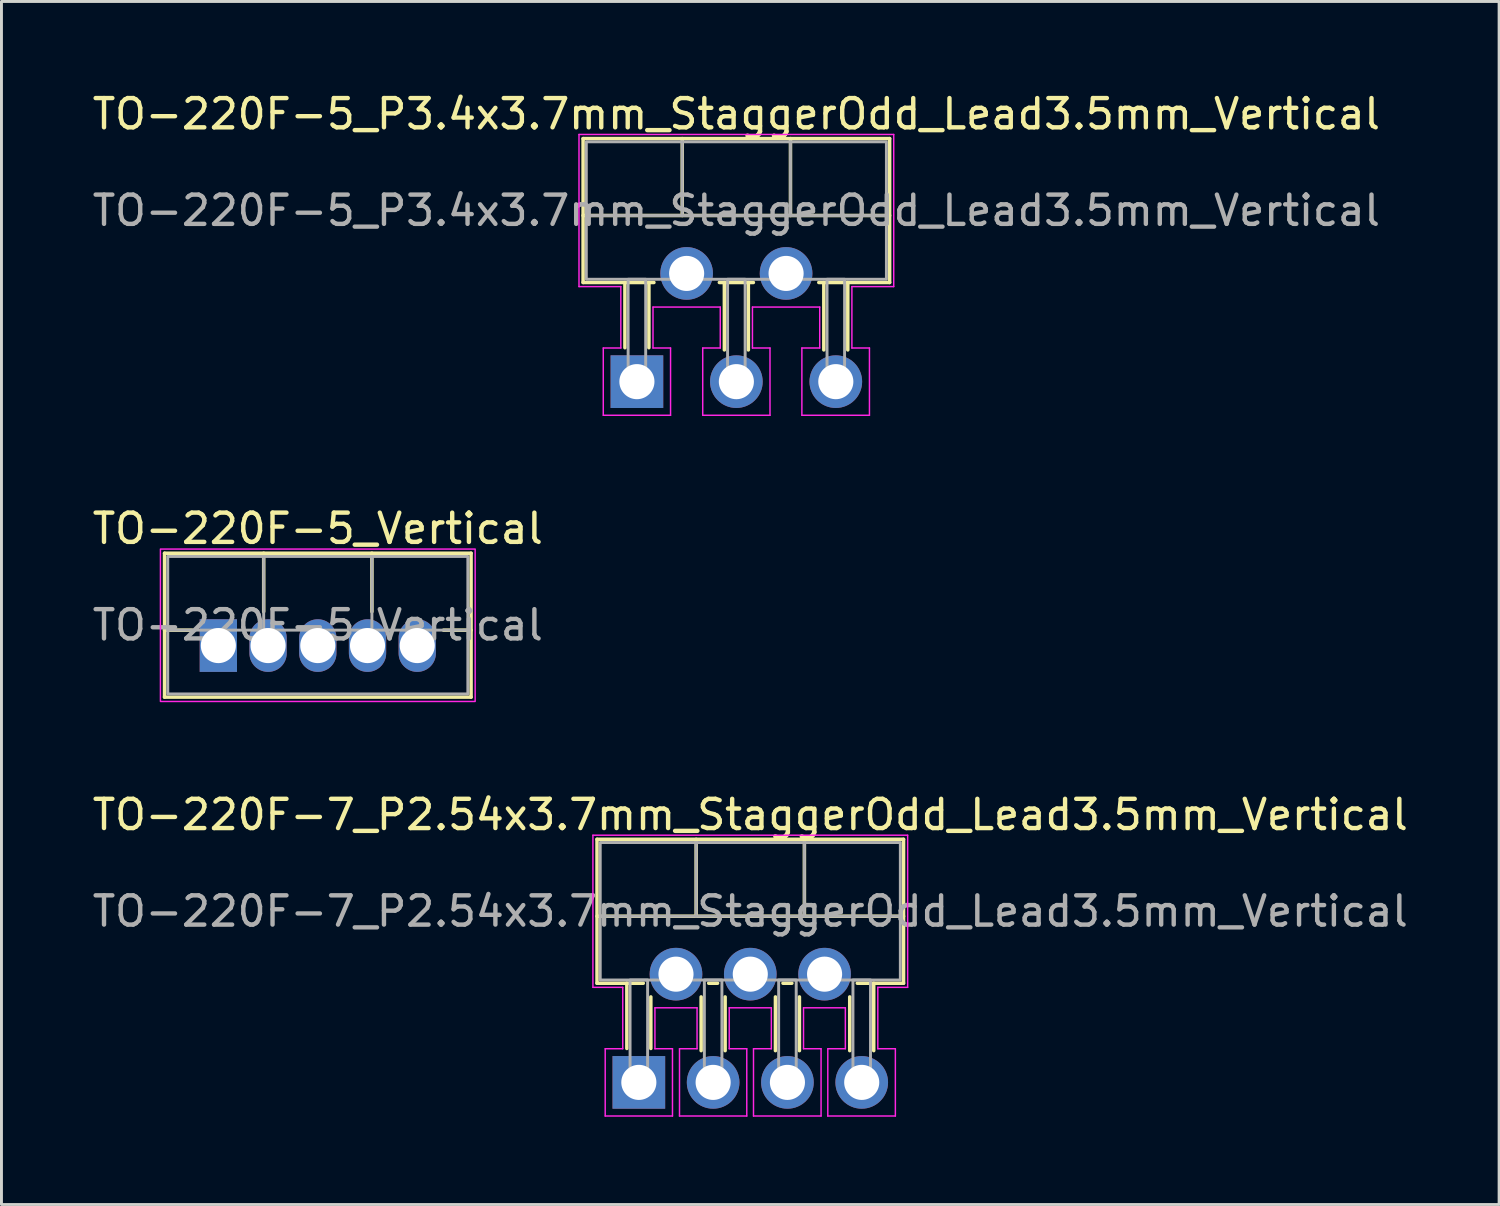
<source format=kicad_pcb>
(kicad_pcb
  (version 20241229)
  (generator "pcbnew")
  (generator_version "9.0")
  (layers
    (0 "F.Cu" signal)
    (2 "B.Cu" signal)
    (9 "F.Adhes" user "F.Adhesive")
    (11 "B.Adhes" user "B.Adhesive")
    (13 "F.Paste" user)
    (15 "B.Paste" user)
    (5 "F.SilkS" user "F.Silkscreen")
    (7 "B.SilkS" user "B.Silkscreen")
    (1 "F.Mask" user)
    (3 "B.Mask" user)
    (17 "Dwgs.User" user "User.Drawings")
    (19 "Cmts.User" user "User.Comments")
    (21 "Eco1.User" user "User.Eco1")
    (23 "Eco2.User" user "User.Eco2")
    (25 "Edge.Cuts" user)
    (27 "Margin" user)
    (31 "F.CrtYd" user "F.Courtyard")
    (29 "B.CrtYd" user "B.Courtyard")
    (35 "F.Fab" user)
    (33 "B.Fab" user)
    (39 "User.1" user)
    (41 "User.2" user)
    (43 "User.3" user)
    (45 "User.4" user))
  (footprint "TO-220F-7_P2.54x3.7mm_StaggerOdd_Lead3.5mm_Vertical"
    (layer "F.Cu")
    (at 18.791 33.955)
    (property "Reference" "TO-220F-7_P2.54x3.7mm_StaggerOdd_Lead3.5mm_Vertical" (at 3.81 -9.15 0) (layer "F.SilkS") (effects (font (size 1 1) (thickness 0.15))))
    (attr through_hole)
    (fp_line (start -1.43 -8.31) (end -1.43 -3.39) (stroke (width 0.12) (type solid)) (layer "F.SilkS"))
    (fp_line (start -1.43 -8.31) (end 9.05 -8.31) (stroke (width 0.12) (type solid)) (layer "F.SilkS"))
    (fp_line (start -1.43 -5.68) (end 9.05 -5.68) (stroke (width 0.12) (type solid)) (layer "F.SilkS"))
    (fp_line (start -1.43 -3.39) (end 0.152 -3.39) (stroke (width 0.12) (type solid)) (layer "F.SilkS"))
    (fp_line (start -0.41 -3.39) (end -0.41 -1.16) (stroke (width 0.12) (type solid)) (layer "F.SilkS"))
    (fp_line (start 0.41 -2.922) (end 0.41 -1.16) (stroke (width 0.12) (type solid)) (layer "F.SilkS"))
    (fp_line (start 1.96 -8.31) (end 1.96 -5.68) (stroke (width 0.12) (type solid)) (layer "F.SilkS"))
    (fp_line (start 2.13 -2.922) (end 2.13 -1.085) (stroke (width 0.12) (type solid)) (layer "F.SilkS"))
    (fp_line (start 2.388 -3.39) (end 2.692 -3.39) (stroke (width 0.12) (type solid)) (layer "F.SilkS"))
    (fp_line (start 2.95 -2.922) (end 2.95 -1.085) (stroke (width 0.12) (type solid)) (layer "F.SilkS"))
    (fp_line (start 4.67 -2.922) (end 4.67 -1.085) (stroke (width 0.12) (type solid)) (layer "F.SilkS"))
    (fp_line (start 4.928 -3.39) (end 5.232 -3.39) (stroke (width 0.12) (type solid)) (layer "F.SilkS"))
    (fp_line (start 5.49 -2.922) (end 5.49 -1.085) (stroke (width 0.12) (type solid)) (layer "F.SilkS"))
    (fp_line (start 5.66 -8.31) (end 5.66 -5.68) (stroke (width 0.12) (type solid)) (layer "F.SilkS"))
    (fp_line (start 7.21 -2.922) (end 7.21 -1.085) (stroke (width 0.12) (type solid)) (layer "F.SilkS"))
    (fp_line (start 7.468 -3.39) (end 9.05 -3.39) (stroke (width 0.12) (type solid)) (layer "F.SilkS"))
    (fp_line (start 8.03 -3.39) (end 8.03 -1.085) (stroke (width 0.12) (type solid)) (layer "F.SilkS"))
    (fp_line (start 9.05 -8.31) (end 9.05 -3.39) (stroke (width 0.12) (type solid)) (layer "F.SilkS"))
    (fp_line (start -1.57 -8.45) (end 9.19 -8.45) (stroke (width 0.05) (type solid)) (layer "F.CrtYd"))
    (fp_line (start -1.57 -3.25) (end -1.57 -8.45) (stroke (width 0.05) (type solid)) (layer "F.CrtYd"))
    (fp_line (start -1.15 -1.15) (end -0.55 -1.15) (stroke (width 0.05) (type solid)) (layer "F.CrtYd"))
    (fp_line (start -1.15 1.15) (end -1.15 -1.15) (stroke (width 0.05) (type solid)) (layer "F.CrtYd"))
    (fp_line (start -0.55 -3.25) (end -1.57 -3.25) (stroke (width 0.05) (type solid)) (layer "F.CrtYd"))
    (fp_line (start -0.55 -1.15) (end -0.55 -3.25) (stroke (width 0.05) (type solid)) (layer "F.CrtYd"))
    (fp_line (start 0.55 -2.55) (end 0.55 -1.15) (stroke (width 0.05) (type solid)) (layer "F.CrtYd"))
    (fp_line (start 0.55 -1.15) (end 1.15 -1.15) (stroke (width 0.05) (type solid)) (layer "F.CrtYd"))
    (fp_line (start 1.15 -1.15) (end 1.15 1.15) (stroke (width 0.05) (type solid)) (layer "F.CrtYd"))
    (fp_line (start 1.15 1.15) (end -1.15 1.15) (stroke (width 0.05) (type solid)) (layer "F.CrtYd"))
    (fp_line (start 1.39 -1.15) (end 1.99 -1.15) (stroke (width 0.05) (type solid)) (layer "F.CrtYd"))
    (fp_line (start 1.39 1.15) (end 1.39 -1.15) (stroke (width 0.05) (type solid)) (layer "F.CrtYd"))
    (fp_line (start 1.99 -2.55) (end 0.55 -2.55) (stroke (width 0.05) (type solid)) (layer "F.CrtYd"))
    (fp_line (start 1.99 -1.15) (end 1.99 -2.55) (stroke (width 0.05) (type solid)) (layer "F.CrtYd"))
    (fp_line (start 3.09 -2.55) (end 3.09 -1.15) (stroke (width 0.05) (type solid)) (layer "F.CrtYd"))
    (fp_line (start 3.09 -1.15) (end 3.69 -1.15) (stroke (width 0.05) (type solid)) (layer "F.CrtYd"))
    (fp_line (start 3.69 -1.15) (end 3.69 1.15) (stroke (width 0.05) (type solid)) (layer "F.CrtYd"))
    (fp_line (start 3.69 1.15) (end 1.39 1.15) (stroke (width 0.05) (type solid)) (layer "F.CrtYd"))
    (fp_line (start 3.92 -1.15) (end 4.53 -1.15) (stroke (width 0.05) (type solid)) (layer "F.CrtYd"))
    (fp_line (start 3.92 1.15) (end 3.92 -1.15) (stroke (width 0.05) (type solid)) (layer "F.CrtYd"))
    (fp_line (start 4.53 -2.55) (end 3.09 -2.55) (stroke (width 0.05) (type solid)) (layer "F.CrtYd"))
    (fp_line (start 4.53 -1.15) (end 4.53 -2.55) (stroke (width 0.05) (type solid)) (layer "F.CrtYd"))
    (fp_line (start 5.63 -2.55) (end 5.63 -1.15) (stroke (width 0.05) (type solid)) (layer "F.CrtYd"))
    (fp_line (start 5.63 -1.15) (end 6.23 -1.15) (stroke (width 0.05) (type solid)) (layer "F.CrtYd"))
    (fp_line (start 6.23 -1.15) (end 6.23 1.15) (stroke (width 0.05) (type solid)) (layer "F.CrtYd"))
    (fp_line (start 6.23 1.15) (end 3.92 1.15) (stroke (width 0.05) (type solid)) (layer "F.CrtYd"))
    (fp_line (start 6.46 -1.15) (end 7.06 -1.15) (stroke (width 0.05) (type solid)) (layer "F.CrtYd"))
    (fp_line (start 6.46 1.15) (end 6.46 -1.15) (stroke (width 0.05) (type solid)) (layer "F.CrtYd"))
    (fp_line (start 7.06 -2.55) (end 5.63 -2.55) (stroke (width 0.05) (type solid)) (layer "F.CrtYd"))
    (fp_line (start 7.06 -1.15) (end 7.06 -2.55) (stroke (width 0.05) (type solid)) (layer "F.CrtYd"))
    (fp_line (start 8.17 -3.25) (end 8.17 -1.15) (stroke (width 0.05) (type solid)) (layer "F.CrtYd"))
    (fp_line (start 8.17 -1.15) (end 8.77 -1.15) (stroke (width 0.05) (type solid)) (layer "F.CrtYd"))
    (fp_line (start 8.77 -1.15) (end 8.77 1.15) (stroke (width 0.05) (type solid)) (layer "F.CrtYd"))
    (fp_line (start 8.77 1.15) (end 6.46 1.15) (stroke (width 0.05) (type solid)) (layer "F.CrtYd"))
    (fp_line (start 9.19 -8.45) (end 9.19 -3.25) (stroke (width 0.05) (type solid)) (layer "F.CrtYd"))
    (fp_line (start 9.19 -3.25) (end 8.17 -3.25) (stroke (width 0.05) (type solid)) (layer "F.CrtYd"))
    (fp_line (start -1.32 -5.68) (end 8.94 -5.68) (stroke (width 0.1) (type solid)) (layer "F.Fab"))
    (fp_line (start 1.96 -8.2) (end 1.96 -5.68) (stroke (width 0.1) (type solid)) (layer "F.Fab"))
    (fp_line (start 5.66 -8.2) (end 5.66 -5.68) (stroke (width 0.1) (type solid)) (layer "F.Fab"))
    (fp_rect (start -1.32 -8.2) (end 8.94 -3.5) (stroke (width 0.1) (type solid)) (fill no) (layer "F.Fab"))
    (fp_rect (start -0.3 -3.5) (end 0.3 0) (stroke (width 0.1) (type solid)) (fill no) (layer "F.Fab"))
    (fp_rect (start 2.24 -3.5) (end 2.84 0) (stroke (width 0.1) (type solid)) (fill no) (layer "F.Fab"))
    (fp_rect (start 4.78 -3.5) (end 5.38 0) (stroke (width 0.1) (type solid)) (fill no) (layer "F.Fab"))
    (fp_rect (start 7.32 -3.5) (end 7.92 0) (stroke (width 0.1) (type solid)) (fill no) (layer "F.Fab"))
    (fp_text user "${REFERENCE}" (at 3.81 -5.85 0) (layer "F.Fab") (effects (font (size 1 1) (thickness 0.15))))
    (pad "1" thru_hole rect (at 0 0) (size 1.8 1.8) (drill 1.2) (layers "*.Cu" "*.Mask"))
    (pad "2" thru_hole circle (at 1.27 -3.7) (size 1.8 1.8) (drill 1.2) (layers "*.Cu" "*.Mask"))
    (pad "3" thru_hole circle (at 2.54 0) (size 1.8 1.8) (drill 1.2) (layers "*.Cu" "*.Mask"))
    (pad "4" thru_hole circle (at 3.81 -3.7) (size 1.8 1.8) (drill 1.2) (layers "*.Cu" "*.Mask"))
    (pad "5" thru_hole circle (at 5.08 0) (size 1.8 1.8) (drill 1.2) (layers "*.Cu" "*.Mask"))
    (pad "6" thru_hole circle (at 6.35 -3.7) (size 1.8 1.8) (drill 1.2) (layers "*.Cu" "*.Mask"))
    (pad "7" thru_hole circle (at 7.62 0) (size 1.8 1.8) (drill 1.2) (layers "*.Cu" "*.Mask")))
  (footprint "TO-220F-5_Vertical"
    (layer "F.Cu")
    (at 4.415 19.021)
    (property "Reference" "TO-220F-5_Vertical" (at 3.4 -4 0) (layer "F.SilkS") (effects (font (size 1 1) (thickness 0.15))))
    (attr through_hole)
    (fp_line (start -1.84 -3.157) (end -1.84 1.763) (stroke (width 0.12) (type solid)) (layer "F.SilkS"))
    (fp_line (start -1.84 -3.157) (end 8.64 -3.157) (stroke (width 0.12) (type solid)) (layer "F.SilkS"))
    (fp_line (start -1.84 -0.527) (end -0.898 -0.527) (stroke (width 0.12) (type solid)) (layer "F.SilkS"))
    (fp_line (start -1.84 1.763) (end 8.64 1.763) (stroke (width 0.12) (type solid)) (layer "F.SilkS"))
    (fp_line (start 1.55 -3.157) (end 1.55 -1.16) (stroke (width 0.12) (type solid)) (layer "F.SilkS"))
    (fp_line (start 5.25 -3.157) (end 5.25 -1.16) (stroke (width 0.12) (type solid)) (layer "F.SilkS"))
    (fp_line (start 7.698 -0.527) (end 8.64 -0.527) (stroke (width 0.12) (type solid)) (layer "F.SilkS"))
    (fp_line (start 8.64 -3.157) (end 8.64 1.763) (stroke (width 0.12) (type solid)) (layer "F.SilkS"))
    (fp_rect (start 8.78 1.91) (end -1.98 -3.3) (stroke (width 0.05) (type solid)) (fill no) (layer "F.CrtYd"))
    (fp_line (start -1.73 -0.527) (end 8.53 -0.527) (stroke (width 0.1) (type solid)) (layer "F.Fab"))
    (fp_line (start 1.55 -3.047) (end 1.55 -0.527) (stroke (width 0.1) (type solid)) (layer "F.Fab"))
    (fp_line (start 5.25 -3.047) (end 5.25 -0.527) (stroke (width 0.1) (type solid)) (layer "F.Fab"))
    (fp_rect (start -1.73 -3.047) (end 8.53 1.653) (stroke (width 0.1) (type solid)) (fill no) (layer "F.Fab"))
    (fp_text user "${REFERENCE}" (at 3.4 -0.7 0) (layer "F.Fab") (effects (font (size 1 1) (thickness 0.15))))
    (pad "1" thru_hole rect (at 0 0) (size 1.275 1.8) (drill 1.2) (layers "*.Cu" "*.Mask"))
    (pad "2" thru_hole oval (at 1.7 0) (size 1.275 1.8) (drill 1.2) (layers "*.Cu" "*.Mask"))
    (pad "3" thru_hole oval (at 3.4 0) (size 1.275 1.8) (drill 1.2) (layers "*.Cu" "*.Mask"))
    (pad "4" thru_hole oval (at 5.1 0) (size 1.275 1.8) (drill 1.2) (layers "*.Cu" "*.Mask"))
    (pad "5" thru_hole oval (at 6.8 0) (size 1.275 1.8) (drill 1.2) (layers "*.Cu" "*.Mask")))
  (footprint "TO-220F-5_P3.4x3.7mm_StaggerOdd_Lead3.5mm_Vertical"
    (layer "F.Cu")
    (at 18.725 9.998)
    (property "Reference" "TO-220F-5_P3.4x3.7mm_StaggerOdd_Lead3.5mm_Vertical" (at 3.4 -9.15 0) (layer "F.SilkS") (effects (font (size 1 1) (thickness 0.15))))
    (attr through_hole)
    (fp_line (start -1.84 -8.31) (end -1.84 -3.39) (stroke (width 0.12) (type solid)) (layer "F.SilkS"))
    (fp_line (start -1.84 -8.31) (end 8.64 -8.31) (stroke (width 0.12) (type solid)) (layer "F.SilkS"))
    (fp_line (start -1.84 -5.68) (end 8.64 -5.68) (stroke (width 0.12) (type solid)) (layer "F.SilkS"))
    (fp_line (start -1.84 -3.39) (end 0.582 -3.39) (stroke (width 0.12) (type solid)) (layer "F.SilkS"))
    (fp_line (start -0.41 -3.39) (end -0.41 -1.16) (stroke (width 0.12) (type solid)) (layer "F.SilkS"))
    (fp_line (start 0.41 -3.39) (end 0.41 -1.16) (stroke (width 0.12) (type solid)) (layer "F.SilkS"))
    (fp_line (start 1.55 -8.31) (end 1.55 -5.68) (stroke (width 0.12) (type solid)) (layer "F.SilkS"))
    (fp_line (start 2.818 -3.39) (end 3.982 -3.39) (stroke (width 0.12) (type solid)) (layer "F.SilkS"))
    (fp_line (start 2.99 -3.39) (end 2.99 -1.085) (stroke (width 0.12) (type solid)) (layer "F.SilkS"))
    (fp_line (start 3.81 -3.39) (end 3.81 -1.085) (stroke (width 0.12) (type solid)) (layer "F.SilkS"))
    (fp_line (start 5.25 -8.31) (end 5.25 -5.68) (stroke (width 0.12) (type solid)) (layer "F.SilkS"))
    (fp_line (start 6.218 -3.39) (end 8.64 -3.39) (stroke (width 0.12) (type solid)) (layer "F.SilkS"))
    (fp_line (start 6.39 -3.39) (end 6.39 -1.085) (stroke (width 0.12) (type solid)) (layer "F.SilkS"))
    (fp_line (start 7.21 -3.39) (end 7.21 -1.085) (stroke (width 0.12) (type solid)) (layer "F.SilkS"))
    (fp_line (start 8.64 -8.31) (end 8.64 -3.39) (stroke (width 0.12) (type solid)) (layer "F.SilkS"))
    (fp_line (start -1.98 -8.45) (end 8.78 -8.45) (stroke (width 0.05) (type solid)) (layer "F.CrtYd"))
    (fp_line (start -1.98 -3.25) (end -1.98 -8.45) (stroke (width 0.05) (type solid)) (layer "F.CrtYd"))
    (fp_line (start -1.15 -1.15) (end -0.55 -1.15) (stroke (width 0.05) (type solid)) (layer "F.CrtYd"))
    (fp_line (start -1.15 1.15) (end -1.15 -1.15) (stroke (width 0.05) (type solid)) (layer "F.CrtYd"))
    (fp_line (start -0.55 -3.25) (end -1.98 -3.25) (stroke (width 0.05) (type solid)) (layer "F.CrtYd"))
    (fp_line (start -0.55 -1.15) (end -0.55 -3.25) (stroke (width 0.05) (type solid)) (layer "F.CrtYd"))
    (fp_line (start 0.55 -2.55) (end 0.55 -1.15) (stroke (width 0.05) (type solid)) (layer "F.CrtYd"))
    (fp_line (start 0.55 -1.15) (end 1.15 -1.15) (stroke (width 0.05) (type solid)) (layer "F.CrtYd"))
    (fp_line (start 1.15 -1.15) (end 1.15 1.15) (stroke (width 0.05) (type solid)) (layer "F.CrtYd"))
    (fp_line (start 1.15 1.15) (end -1.15 1.15) (stroke (width 0.05) (type solid)) (layer "F.CrtYd"))
    (fp_line (start 2.25 -1.15) (end 2.85 -1.15) (stroke (width 0.05) (type solid)) (layer "F.CrtYd"))
    (fp_line (start 2.25 1.15) (end 2.25 -1.15) (stroke (width 0.05) (type solid)) (layer "F.CrtYd"))
    (fp_line (start 2.85 -2.55) (end 0.55 -2.55) (stroke (width 0.05) (type solid)) (layer "F.CrtYd"))
    (fp_line (start 2.85 -1.15) (end 2.85 -2.55) (stroke (width 0.05) (type solid)) (layer "F.CrtYd"))
    (fp_line (start 3.95 -2.55) (end 3.95 -1.15) (stroke (width 0.05) (type solid)) (layer "F.CrtYd"))
    (fp_line (start 3.95 -1.15) (end 4.55 -1.15) (stroke (width 0.05) (type solid)) (layer "F.CrtYd"))
    (fp_line (start 4.55 -1.15) (end 4.55 1.15) (stroke (width 0.05) (type solid)) (layer "F.CrtYd"))
    (fp_line (start 4.55 1.15) (end 2.25 1.15) (stroke (width 0.05) (type solid)) (layer "F.CrtYd"))
    (fp_line (start 5.64 -1.15) (end 6.25 -1.15) (stroke (width 0.05) (type solid)) (layer "F.CrtYd"))
    (fp_line (start 5.64 1.15) (end 5.64 -1.15) (stroke (width 0.05) (type solid)) (layer "F.CrtYd"))
    (fp_line (start 6.25 -2.55) (end 3.95 -2.55) (stroke (width 0.05) (type solid)) (layer "F.CrtYd"))
    (fp_line (start 6.25 -1.15) (end 6.25 -2.55) (stroke (width 0.05) (type solid)) (layer "F.CrtYd"))
    (fp_line (start 7.35 -3.25) (end 7.35 -1.15) (stroke (width 0.05) (type solid)) (layer "F.CrtYd"))
    (fp_line (start 7.35 -1.15) (end 7.95 -1.15) (stroke (width 0.05) (type solid)) (layer "F.CrtYd"))
    (fp_line (start 7.95 -1.15) (end 7.95 1.15) (stroke (width 0.05) (type solid)) (layer "F.CrtYd"))
    (fp_line (start 7.95 1.15) (end 5.64 1.15) (stroke (width 0.05) (type solid)) (layer "F.CrtYd"))
    (fp_line (start 8.78 -8.45) (end 8.78 -3.25) (stroke (width 0.05) (type solid)) (layer "F.CrtYd"))
    (fp_line (start 8.78 -3.25) (end 7.35 -3.25) (stroke (width 0.05) (type solid)) (layer "F.CrtYd"))
    (fp_line (start -1.73 -5.68) (end 8.53 -5.68) (stroke (width 0.1) (type solid)) (layer "F.Fab"))
    (fp_line (start 1.55 -8.2) (end 1.55 -5.68) (stroke (width 0.1) (type solid)) (layer "F.Fab"))
    (fp_line (start 5.25 -8.2) (end 5.25 -5.68) (stroke (width 0.1) (type solid)) (layer "F.Fab"))
    (fp_rect (start -1.73 -8.2) (end 8.53 -3.5) (stroke (width 0.1) (type solid)) (fill no) (layer "F.Fab"))
    (fp_rect (start -0.3 -3.5) (end 0.3 0) (stroke (width 0.1) (type solid)) (fill no) (layer "F.Fab"))
    (fp_rect (start 3.1 -3.5) (end 3.7 0) (stroke (width 0.1) (type solid)) (fill no) (layer "F.Fab"))
    (fp_rect (start 6.5 -3.5) (end 7.1 0) (stroke (width 0.1) (type solid)) (fill no) (layer "F.Fab"))
    (fp_text user "${REFERENCE}" (at 3.4 -5.85 0) (layer "F.Fab") (effects (font (size 1 1) (thickness 0.15))))
    (pad "1" thru_hole rect (at 0 0) (size 1.8 1.8) (drill 1.2) (layers "*.Cu" "*.Mask"))
    (pad "2" thru_hole circle (at 1.7 -3.7) (size 1.8 1.8) (drill 1.2) (layers "*.Cu" "*.Mask"))
    (pad "3" thru_hole circle (at 3.4 0) (size 1.8 1.8) (drill 1.2) (layers "*.Cu" "*.Mask"))
    (pad "4" thru_hole circle (at 5.1 -3.7) (size 1.8 1.8) (drill 1.2) (layers "*.Cu" "*.Mask"))
    (pad "5" thru_hole circle (at 6.8 0) (size 1.8 1.8) (drill 1.2) (layers "*.Cu" "*.Mask")))
  (gr_rect
    (start -3 -3)
    (end 48.202 38.13)
    (stroke (width 0.1) (type default))
    (fill no)
    (layer "Edge.Cuts")))
</source>
